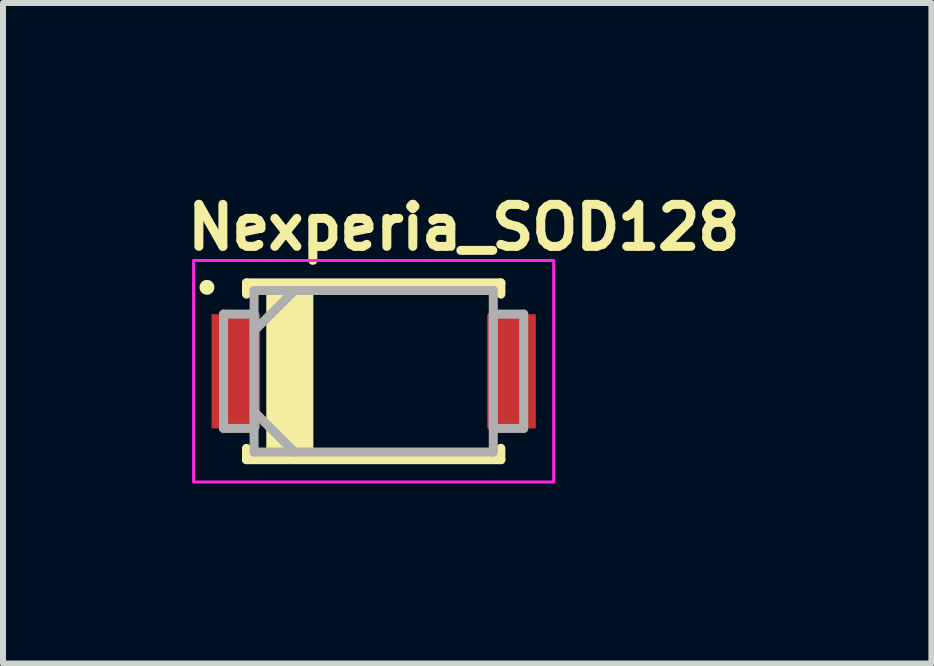
<source format=kicad_pcb>
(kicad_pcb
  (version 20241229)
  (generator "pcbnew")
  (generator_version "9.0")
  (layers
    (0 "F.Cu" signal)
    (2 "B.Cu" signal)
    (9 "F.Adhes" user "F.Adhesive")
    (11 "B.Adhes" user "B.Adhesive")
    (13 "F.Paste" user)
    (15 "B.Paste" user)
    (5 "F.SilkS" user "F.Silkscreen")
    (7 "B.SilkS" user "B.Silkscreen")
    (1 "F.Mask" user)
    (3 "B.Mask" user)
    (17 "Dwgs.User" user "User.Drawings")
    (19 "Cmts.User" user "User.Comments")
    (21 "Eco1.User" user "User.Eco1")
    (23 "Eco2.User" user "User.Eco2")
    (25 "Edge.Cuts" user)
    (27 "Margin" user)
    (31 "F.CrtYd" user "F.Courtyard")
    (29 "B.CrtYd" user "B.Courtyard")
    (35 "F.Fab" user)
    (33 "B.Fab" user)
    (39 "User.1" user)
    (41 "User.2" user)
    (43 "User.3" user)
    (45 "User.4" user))
  (footprint "Nexperia_SOD128"
    (layer "F.Cu")
    (at 3.18 3.14)
    (property "Reference" "Nexperia_SOD128" (at -3.18 -1.99 0) (layer "F.SilkS") (effects (font (size 0.7 0.7) (thickness 0.15)) (justify left bottom)))
    (attr smd)
    (fp_line (start -2.121 -1.474) (end -2.121 -1.287) (stroke (width 0.15) (type solid)) (layer "F.SilkS"))
    (fp_line (start -2.121 1.284) (end -2.121 1.473) (stroke (width 0.15) (type solid)) (layer "F.SilkS"))
    (fp_line (start -2.121 1.473) (end 2.12 1.473) (stroke (width 0.15) (type solid)) (layer "F.SilkS"))
    (fp_line (start 2.12 -1.474) (end -2.121 -1.474) (stroke (width 0.15) (type solid)) (layer "F.SilkS"))
    (fp_line (start 2.12 -1.287) (end 2.12 -1.474) (stroke (width 0.15) (type solid)) (layer "F.SilkS"))
    (fp_line (start 2.12 1.473) (end 2.12 1.284) (stroke (width 0.15) (type solid)) (layer "F.SilkS"))
    (fp_circle (center -2.78 -1.4) (end -2.731 -1.4) (stroke (width 0.15) (type solid)) (fill yes) (layer "F.SilkS"))
    (fp_poly (pts (xy -1.081 1.459) (xy -1.716 1.459) (xy -1.716 -1.462) (xy -1.081 -1.462)) (stroke (width 0.15) (type solid)) (fill yes) (layer "F.SilkS"))
    (fp_rect (start -3.003 -1.847) (end 3 1.846) (stroke (width 0.05) (type solid)) (fill no) (layer "F.CrtYd"))
    (fp_line (start -2.503 -0.954) (end -2.503 0.952) (stroke (width 0.15) (type solid)) (layer "F.Fab"))
    (fp_line (start -2.503 0.952) (end -1.994 0.952) (stroke (width 0.15) (type solid)) (layer "F.Fab"))
    (fp_line (start -1.994 -1.347) (end -1.994 1.346) (stroke (width 0.15) (type solid)) (layer "F.Fab"))
    (fp_line (start -1.994 -0.954) (end -2.503 -0.954) (stroke (width 0.15) (type solid)) (layer "F.Fab"))
    (fp_line (start -1.994 -0.675) (end -1.321 -1.347) (stroke (width 0.15) (type solid)) (layer "F.Fab"))
    (fp_line (start -1.994 0.673) (end -1.321 1.346) (stroke (width 0.15) (type solid)) (layer "F.Fab"))
    (fp_line (start -1.994 0.952) (end -1.994 -0.954) (stroke (width 0.15) (type solid)) (layer "F.Fab"))
    (fp_line (start -1.994 1.346) (end 1.993 1.346) (stroke (width 0.15) (type solid)) (layer "F.Fab"))
    (fp_line (start 1.993 -1.347) (end -1.994 -1.347) (stroke (width 0.15) (type solid)) (layer "F.Fab"))
    (fp_line (start 1.993 -0.954) (end 1.993 0.952) (stroke (width 0.15) (type solid)) (layer "F.Fab"))
    (fp_line (start 1.993 0.952) (end 2.5 0.952) (stroke (width 0.15) (type solid)) (layer "F.Fab"))
    (fp_line (start 1.993 1.346) (end 1.993 -1.347) (stroke (width 0.15) (type solid)) (layer "F.Fab"))
    (fp_line (start 2.5 -0.954) (end 1.993 -0.954) (stroke (width 0.15) (type solid)) (layer "F.Fab"))
    (fp_line (start 2.5 0.952) (end 2.5 -0.954) (stroke (width 0.15) (type solid)) (layer "F.Fab"))
    (fp_rect (start -2.503 -1.347) (end 2.5 1.346) (stroke (width 0.1) (type solid)) (fill no) (layer "User.5"))
    (fp_line (start -2.503 0.951) (end -2.503 -0.953) (stroke (width 0.02) (type solid)) (layer "User.9"))
    (fp_line (start -2.503 0.951) (end -1.994 0.951) (stroke (width 0.02) (type solid)) (layer "User.9"))
    (fp_line (start -1.994 -1.347) (end 1.993 -1.347) (stroke (width 0.02) (type solid)) (layer "User.9"))
    (fp_line (start -1.994 -0.953) (end -2.503 -0.953) (stroke (width 0.02) (type solid)) (layer "User.9"))
    (fp_line (start -1.994 1.346) (end -1.994 -1.347) (stroke (width 0.02) (type solid)) (layer "User.9"))
    (fp_line (start -1.847 -1.2) (end -1.994 -1.347) (stroke (width 0.02) (type solid)) (layer "User.9"))
    (fp_line (start -1.847 -1.2) (end 1.846 -1.2) (stroke (width 0.02) (type solid)) (layer "User.9"))
    (fp_line (start -1.847 1.199) (end -1.994 1.344) (stroke (width 0.02) (type solid)) (layer "User.9"))
    (fp_line (start -1.847 1.199) (end -1.847 -1.2) (stroke (width 0.02) (type solid)) (layer "User.9"))
    (fp_line (start -1.545 -0.943) (end -1.545 0.941) (stroke (width 0.02) (type solid)) (layer "User.9"))
    (fp_line (start -1.545 0.941) (end -1.186 0.941) (stroke (width 0.02) (type solid)) (layer "User.9"))
    (fp_line (start -1.186 -0.943) (end -1.545 -0.943) (stroke (width 0.02) (type solid)) (layer "User.9"))
    (fp_line (start -1.186 0.941) (end -1.186 -0.943) (stroke (width 0.02) (type solid)) (layer "User.9"))
    (fp_line (start 1.846 -1.2) (end 1.846 1.199) (stroke (width 0.02) (type solid)) (layer "User.9"))
    (fp_line (start 1.846 1.199) (end -1.847 1.199) (stroke (width 0.02) (type solid)) (layer "User.9"))
    (fp_line (start 1.846 1.199) (end 1.993 1.344) (stroke (width 0.02) (type solid)) (layer "User.9"))
    (fp_line (start 1.993 -1.347) (end 1.846 -1.2) (stroke (width 0.02) (type solid)) (layer "User.9"))
    (fp_line (start 1.993 -1.347) (end 1.993 1.346) (stroke (width 0.02) (type solid)) (layer "User.9"))
    (fp_line (start 1.993 0.951) (end 2.5 0.951) (stroke (width 0.02) (type solid)) (layer "User.9"))
    (fp_line (start 1.993 1.346) (end -1.994 1.346) (stroke (width 0.02) (type solid)) (layer "User.9"))
    (fp_line (start 2.5 -0.953) (end 1.993 -0.953) (stroke (width 0.02) (type solid)) (layer "User.9"))
    (fp_line (start 2.5 -0.953) (end 2.5 0.951) (stroke (width 0.02) (type solid)) (layer "User.9"))
    (pad "1" smd rect (at -2.298 0) (size 0.81 1.905) (layers "F.Cu" "F.Mask" "F.Paste"))
    (pad "2" smd rect (at 2.297 0) (size 0.81 1.905) (layers "F.Cu" "F.Mask" "F.Paste")))
  (gr_rect
    (start -3 -3)
    (end 12.477 8.011)
    (stroke (width 0.1) (type default))
    (fill no)
    (layer "Edge.Cuts")))
</source>
